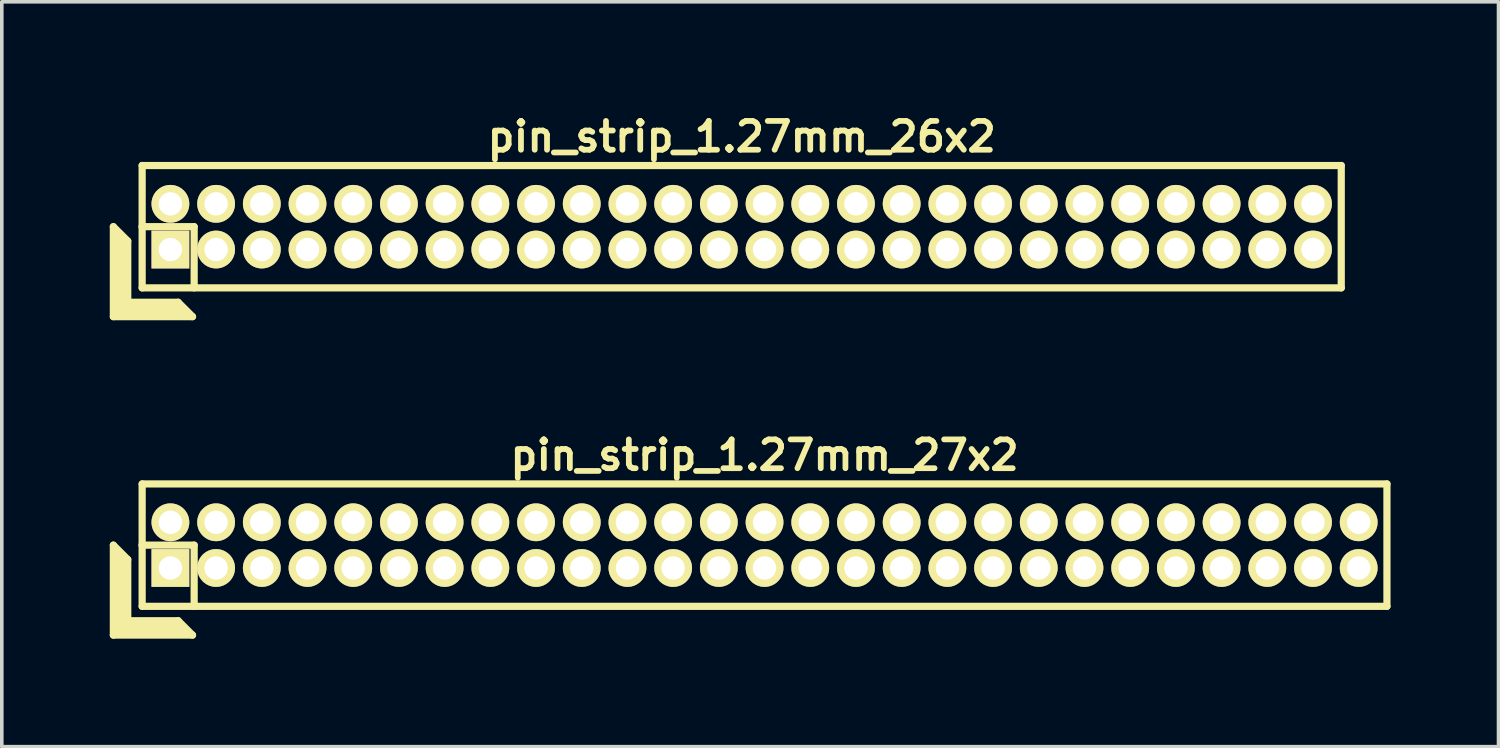
<source format=kicad_pcb>
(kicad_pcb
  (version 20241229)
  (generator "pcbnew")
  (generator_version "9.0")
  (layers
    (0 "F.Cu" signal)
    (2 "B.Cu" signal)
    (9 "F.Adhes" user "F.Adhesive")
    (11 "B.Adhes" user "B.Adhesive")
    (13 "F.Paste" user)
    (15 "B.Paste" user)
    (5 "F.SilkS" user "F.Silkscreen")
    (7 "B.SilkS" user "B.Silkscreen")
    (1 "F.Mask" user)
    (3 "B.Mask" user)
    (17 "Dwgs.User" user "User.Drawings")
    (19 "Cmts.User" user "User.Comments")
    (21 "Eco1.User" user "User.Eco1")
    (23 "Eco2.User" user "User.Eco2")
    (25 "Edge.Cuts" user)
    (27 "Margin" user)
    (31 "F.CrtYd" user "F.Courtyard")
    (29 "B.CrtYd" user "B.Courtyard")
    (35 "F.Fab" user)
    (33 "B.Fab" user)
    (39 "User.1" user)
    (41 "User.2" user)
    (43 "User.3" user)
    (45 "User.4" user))
  (footprint "pin_strip_1.27mm_26x2"
    (layer "F.Cu")
    (at 17.56 3.249)
    (property "Reference" "pin_strip_1.27mm_26x2" (at 0 -2.5 0) (layer "F.SilkS") (effects (font (size 0.8 0.8) (thickness 0.16))))
    (attr through_hole)
    (fp_line (start -17.46 0) (end -17.46 2.5) (stroke (width 0.2) (type solid)) (layer "F.SilkS"))
    (fp_line (start -17.46 0) (end -17.06 0.4) (stroke (width 0.2) (type solid)) (layer "F.SilkS"))
    (fp_line (start -17.46 2.5) (end -15.26 2.5) (stroke (width 0.2) (type solid)) (layer "F.SilkS"))
    (fp_line (start -17.36 2.4) (end -17.36 0.2) (stroke (width 0.2) (type solid)) (layer "F.SilkS"))
    (fp_line (start -17.36 2.4) (end -15.46 2.4) (stroke (width 0.2) (type solid)) (layer "F.SilkS"))
    (fp_line (start -17.26 2.3) (end -17.26 0.3) (stroke (width 0.2) (type solid)) (layer "F.SilkS"))
    (fp_line (start -17.26 2.3) (end -15.56 2.3) (stroke (width 0.2) (type solid)) (layer "F.SilkS"))
    (fp_line (start -17.16 2.2) (end -17.16 0.4) (stroke (width 0.2) (type solid)) (layer "F.SilkS"))
    (fp_line (start -17.16 2.2) (end -15.66 2.2) (stroke (width 0.2) (type solid)) (layer "F.SilkS"))
    (fp_line (start -17.06 2.1) (end -17.06 0.4) (stroke (width 0.2) (type solid)) (layer "F.SilkS"))
    (fp_line (start -17.06 2.1) (end -15.66 2.1) (stroke (width 0.2) (type solid)) (layer "F.SilkS"))
    (fp_line (start -16.665 0) (end -15.215 0) (stroke (width 0.2) (type solid)) (layer "F.SilkS"))
    (fp_line (start -16.66 -1.7) (end 16.66 -1.7) (stroke (width 0.2) (type solid)) (layer "F.SilkS"))
    (fp_line (start -16.66 1.7) (end -16.66 -1.7) (stroke (width 0.2) (type solid)) (layer "F.SilkS"))
    (fp_line (start -15.66 2.1) (end -15.26 2.5) (stroke (width 0.2) (type solid)) (layer "F.SilkS"))
    (fp_line (start -15.215 0) (end -15.215 1.7) (stroke (width 0.2) (type solid)) (layer "F.SilkS"))
    (fp_line (start 16.66 -1.7) (end 16.66 1.7) (stroke (width 0.2) (type solid)) (layer "F.SilkS"))
    (fp_line (start 16.66 1.7) (end -16.66 1.7) (stroke (width 0.2) (type solid)) (layer "F.SilkS"))
    (pad "1" thru_hole rect (at -15.875 0.635) (size 1.05 1.05) (drill 0.65) (layers "*.Cu" "*.Mask" "F.SilkS"))
    (pad "2" thru_hole oval (at -15.875 -0.635) (size 1.05 1.05) (drill 0.65) (layers "*.Cu" "*.Mask" "F.SilkS"))
    (pad "3" thru_hole oval (at -14.605 0.635) (size 1.05 1.05) (drill 0.65) (layers "*.Cu" "*.Mask" "F.SilkS"))
    (pad "4" thru_hole oval (at -14.605 -0.635) (size 1.05 1.05) (drill 0.65) (layers "*.Cu" "*.Mask" "F.SilkS"))
    (pad "5" thru_hole oval (at -13.335 0.635) (size 1.05 1.05) (drill 0.65) (layers "*.Cu" "*.Mask" "F.SilkS"))
    (pad "6" thru_hole oval (at -13.335 -0.635) (size 1.05 1.05) (drill 0.65) (layers "*.Cu" "*.Mask" "F.SilkS"))
    (pad "7" thru_hole oval (at -12.065 0.635) (size 1.05 1.05) (drill 0.65) (layers "*.Cu" "*.Mask" "F.SilkS"))
    (pad "8" thru_hole oval (at -12.065 -0.635) (size 1.05 1.05) (drill 0.65) (layers "*.Cu" "*.Mask" "F.SilkS"))
    (pad "9" thru_hole oval (at -10.795 0.635) (size 1.05 1.05) (drill 0.65) (layers "*.Cu" "*.Mask" "F.SilkS"))
    (pad "10" thru_hole oval (at -10.795 -0.635) (size 1.05 1.05) (drill 0.65) (layers "*.Cu" "*.Mask" "F.SilkS"))
    (pad "11" thru_hole oval (at -9.525 0.635) (size 1.05 1.05) (drill 0.65) (layers "*.Cu" "*.Mask" "F.SilkS"))
    (pad "12" thru_hole oval (at -9.525 -0.635) (size 1.05 1.05) (drill 0.65) (layers "*.Cu" "*.Mask" "F.SilkS"))
    (pad "13" thru_hole oval (at -8.255 0.635) (size 1.05 1.05) (drill 0.65) (layers "*.Cu" "*.Mask" "F.SilkS"))
    (pad "14" thru_hole oval (at -8.255 -0.635) (size 1.05 1.05) (drill 0.65) (layers "*.Cu" "*.Mask" "F.SilkS"))
    (pad "15" thru_hole oval (at -6.985 0.635) (size 1.05 1.05) (drill 0.65) (layers "*.Cu" "*.Mask" "F.SilkS"))
    (pad "16" thru_hole oval (at -6.985 -0.635) (size 1.05 1.05) (drill 0.65) (layers "*.Cu" "*.Mask" "F.SilkS"))
    (pad "17" thru_hole oval (at -5.715 0.635) (size 1.05 1.05) (drill 0.65) (layers "*.Cu" "*.Mask" "F.SilkS"))
    (pad "18" thru_hole oval (at -5.715 -0.635) (size 1.05 1.05) (drill 0.65) (layers "*.Cu" "*.Mask" "F.SilkS"))
    (pad "19" thru_hole oval (at -4.445 0.635) (size 1.05 1.05) (drill 0.65) (layers "*.Cu" "*.Mask" "F.SilkS"))
    (pad "20" thru_hole oval (at -4.445 -0.635) (size 1.05 1.05) (drill 0.65) (layers "*.Cu" "*.Mask" "F.SilkS"))
    (pad "21" thru_hole oval (at -3.175 0.635) (size 1.05 1.05) (drill 0.65) (layers "*.Cu" "*.Mask" "F.SilkS"))
    (pad "22" thru_hole oval (at -3.175 -0.635) (size 1.05 1.05) (drill 0.65) (layers "*.Cu" "*.Mask" "F.SilkS"))
    (pad "23" thru_hole oval (at -1.905 0.635) (size 1.05 1.05) (drill 0.65) (layers "*.Cu" "*.Mask" "F.SilkS"))
    (pad "24" thru_hole oval (at -1.905 -0.635) (size 1.05 1.05) (drill 0.65) (layers "*.Cu" "*.Mask" "F.SilkS"))
    (pad "25" thru_hole oval (at -0.635 0.635) (size 1.05 1.05) (drill 0.65) (layers "*.Cu" "*.Mask" "F.SilkS"))
    (pad "26" thru_hole oval (at -0.635 -0.635) (size 1.05 1.05) (drill 0.65) (layers "*.Cu" "*.Mask" "F.SilkS"))
    (pad "27" thru_hole oval (at 0.635 0.635) (size 1.05 1.05) (drill 0.65) (layers "*.Cu" "*.Mask" "F.SilkS"))
    (pad "28" thru_hole oval (at 0.635 -0.635) (size 1.05 1.05) (drill 0.65) (layers "*.Cu" "*.Mask" "F.SilkS"))
    (pad "29" thru_hole oval (at 1.905 0.635) (size 1.05 1.05) (drill 0.65) (layers "*.Cu" "*.Mask" "F.SilkS"))
    (pad "30" thru_hole oval (at 1.905 -0.635) (size 1.05 1.05) (drill 0.65) (layers "*.Cu" "*.Mask" "F.SilkS"))
    (pad "31" thru_hole oval (at 3.175 0.635) (size 1.05 1.05) (drill 0.65) (layers "*.Cu" "*.Mask" "F.SilkS"))
    (pad "32" thru_hole oval (at 3.175 -0.635) (size 1.05 1.05) (drill 0.65) (layers "*.Cu" "*.Mask" "F.SilkS"))
    (pad "33" thru_hole oval (at 4.445 0.635) (size 1.05 1.05) (drill 0.65) (layers "*.Cu" "*.Mask" "F.SilkS"))
    (pad "34" thru_hole oval (at 4.445 -0.635) (size 1.05 1.05) (drill 0.65) (layers "*.Cu" "*.Mask" "F.SilkS"))
    (pad "35" thru_hole oval (at 5.715 0.635) (size 1.05 1.05) (drill 0.65) (layers "*.Cu" "*.Mask" "F.SilkS"))
    (pad "36" thru_hole oval (at 5.715 -0.635) (size 1.05 1.05) (drill 0.65) (layers "*.Cu" "*.Mask" "F.SilkS"))
    (pad "37" thru_hole oval (at 6.985 0.635) (size 1.05 1.05) (drill 0.65) (layers "*.Cu" "*.Mask" "F.SilkS"))
    (pad "38" thru_hole oval (at 6.985 -0.635) (size 1.05 1.05) (drill 0.65) (layers "*.Cu" "*.Mask" "F.SilkS"))
    (pad "39" thru_hole oval (at 8.255 0.635) (size 1.05 1.05) (drill 0.65) (layers "*.Cu" "*.Mask" "F.SilkS"))
    (pad "40" thru_hole oval (at 8.255 -0.635) (size 1.05 1.05) (drill 0.65) (layers "*.Cu" "*.Mask" "F.SilkS"))
    (pad "41" thru_hole oval (at 9.525 0.635) (size 1.05 1.05) (drill 0.65) (layers "*.Cu" "*.Mask" "F.SilkS"))
    (pad "42" thru_hole oval (at 9.525 -0.635) (size 1.05 1.05) (drill 0.65) (layers "*.Cu" "*.Mask" "F.SilkS"))
    (pad "43" thru_hole oval (at 10.795 0.635) (size 1.05 1.05) (drill 0.65) (layers "*.Cu" "*.Mask" "F.SilkS"))
    (pad "44" thru_hole oval (at 10.795 -0.635) (size 1.05 1.05) (drill 0.65) (layers "*.Cu" "*.Mask" "F.SilkS"))
    (pad "45" thru_hole oval (at 12.065 0.635) (size 1.05 1.05) (drill 0.65) (layers "*.Cu" "*.Mask" "F.SilkS"))
    (pad "46" thru_hole oval (at 12.065 -0.635) (size 1.05 1.05) (drill 0.65) (layers "*.Cu" "*.Mask" "F.SilkS"))
    (pad "47" thru_hole oval (at 13.335 0.635) (size 1.05 1.05) (drill 0.65) (layers "*.Cu" "*.Mask" "F.SilkS"))
    (pad "48" thru_hole oval (at 13.335 -0.635) (size 1.05 1.05) (drill 0.65) (layers "*.Cu" "*.Mask" "F.SilkS"))
    (pad "49" thru_hole oval (at 14.605 0.635) (size 1.05 1.05) (drill 0.65) (layers "*.Cu" "*.Mask" "F.SilkS"))
    (pad "50" thru_hole oval (at 14.605 -0.635) (size 1.05 1.05) (drill 0.65) (layers "*.Cu" "*.Mask" "F.SilkS"))
    (pad "51" thru_hole circle (at 15.875 0.635) (size 1.05 1.05) (drill 0.65) (layers "*.Cu" "*.Mask" "F.SilkS"))
    (pad "52" thru_hole oval (at 15.875 -0.635) (size 1.05 1.05) (drill 0.65) (layers "*.Cu" "*.Mask" "F.SilkS")))
  (footprint "pin_strip_1.27mm_27x2"
    (layer "F.Cu")
    (at 18.195 12.098)
    (property "Reference" "pin_strip_1.27mm_27x2" (at 0 -2.5 0) (layer "F.SilkS") (effects (font (size 0.8 0.8) (thickness 0.16))))
    (attr through_hole)
    (fp_line (start -18.095 0) (end -18.095 2.5) (stroke (width 0.2) (type solid)) (layer "F.SilkS"))
    (fp_line (start -18.095 0) (end -17.695 0.4) (stroke (width 0.2) (type solid)) (layer "F.SilkS"))
    (fp_line (start -18.095 2.5) (end -15.895 2.5) (stroke (width 0.2) (type solid)) (layer "F.SilkS"))
    (fp_line (start -17.995 2.4) (end -17.995 0.2) (stroke (width 0.2) (type solid)) (layer "F.SilkS"))
    (fp_line (start -17.995 2.4) (end -16.095 2.4) (stroke (width 0.2) (type solid)) (layer "F.SilkS"))
    (fp_line (start -17.895 2.3) (end -17.895 0.3) (stroke (width 0.2) (type solid)) (layer "F.SilkS"))
    (fp_line (start -17.895 2.3) (end -16.195 2.3) (stroke (width 0.2) (type solid)) (layer "F.SilkS"))
    (fp_line (start -17.795 2.2) (end -17.795 0.4) (stroke (width 0.2) (type solid)) (layer "F.SilkS"))
    (fp_line (start -17.795 2.2) (end -16.295 2.2) (stroke (width 0.2) (type solid)) (layer "F.SilkS"))
    (fp_line (start -17.695 2.1) (end -17.695 0.4) (stroke (width 0.2) (type solid)) (layer "F.SilkS"))
    (fp_line (start -17.695 2.1) (end -16.295 2.1) (stroke (width 0.2) (type solid)) (layer "F.SilkS"))
    (fp_line (start -17.3 0) (end -15.85 0) (stroke (width 0.2) (type solid)) (layer "F.SilkS"))
    (fp_line (start -17.295 -1.7) (end 17.295 -1.7) (stroke (width 0.2) (type solid)) (layer "F.SilkS"))
    (fp_line (start -17.295 1.7) (end -17.295 -1.7) (stroke (width 0.2) (type solid)) (layer "F.SilkS"))
    (fp_line (start -16.295 2.1) (end -15.895 2.5) (stroke (width 0.2) (type solid)) (layer "F.SilkS"))
    (fp_line (start -15.85 0) (end -15.85 1.7) (stroke (width 0.2) (type solid)) (layer "F.SilkS"))
    (fp_line (start 17.295 -1.7) (end 17.295 1.7) (stroke (width 0.2) (type solid)) (layer "F.SilkS"))
    (fp_line (start 17.295 1.7) (end -17.295 1.7) (stroke (width 0.2) (type solid)) (layer "F.SilkS"))
    (pad "1" thru_hole rect (at -16.51 0.635) (size 1.05 1.05) (drill 0.65) (layers "*.Cu" "*.Mask" "F.SilkS"))
    (pad "2" thru_hole oval (at -16.51 -0.635) (size 1.05 1.05) (drill 0.65) (layers "*.Cu" "*.Mask" "F.SilkS"))
    (pad "3" thru_hole oval (at -15.24 0.635) (size 1.05 1.05) (drill 0.65) (layers "*.Cu" "*.Mask" "F.SilkS"))
    (pad "4" thru_hole oval (at -15.24 -0.635) (size 1.05 1.05) (drill 0.65) (layers "*.Cu" "*.Mask" "F.SilkS"))
    (pad "5" thru_hole oval (at -13.97 0.635) (size 1.05 1.05) (drill 0.65) (layers "*.Cu" "*.Mask" "F.SilkS"))
    (pad "6" thru_hole oval (at -13.97 -0.635) (size 1.05 1.05) (drill 0.65) (layers "*.Cu" "*.Mask" "F.SilkS"))
    (pad "7" thru_hole oval (at -12.7 0.635) (size 1.05 1.05) (drill 0.65) (layers "*.Cu" "*.Mask" "F.SilkS"))
    (pad "8" thru_hole oval (at -12.7 -0.635) (size 1.05 1.05) (drill 0.65) (layers "*.Cu" "*.Mask" "F.SilkS"))
    (pad "9" thru_hole oval (at -11.43 0.635) (size 1.05 1.05) (drill 0.65) (layers "*.Cu" "*.Mask" "F.SilkS"))
    (pad "10" thru_hole oval (at -11.43 -0.635) (size 1.05 1.05) (drill 0.65) (layers "*.Cu" "*.Mask" "F.SilkS"))
    (pad "11" thru_hole oval (at -10.16 0.635) (size 1.05 1.05) (drill 0.65) (layers "*.Cu" "*.Mask" "F.SilkS"))
    (pad "12" thru_hole oval (at -10.16 -0.635) (size 1.05 1.05) (drill 0.65) (layers "*.Cu" "*.Mask" "F.SilkS"))
    (pad "13" thru_hole oval (at -8.89 0.635) (size 1.05 1.05) (drill 0.65) (layers "*.Cu" "*.Mask" "F.SilkS"))
    (pad "14" thru_hole oval (at -8.89 -0.635) (size 1.05 1.05) (drill 0.65) (layers "*.Cu" "*.Mask" "F.SilkS"))
    (pad "15" thru_hole oval (at -7.62 0.635) (size 1.05 1.05) (drill 0.65) (layers "*.Cu" "*.Mask" "F.SilkS"))
    (pad "16" thru_hole oval (at -7.62 -0.635) (size 1.05 1.05) (drill 0.65) (layers "*.Cu" "*.Mask" "F.SilkS"))
    (pad "17" thru_hole oval (at -6.35 0.635) (size 1.05 1.05) (drill 0.65) (layers "*.Cu" "*.Mask" "F.SilkS"))
    (pad "18" thru_hole oval (at -6.35 -0.635) (size 1.05 1.05) (drill 0.65) (layers "*.Cu" "*.Mask" "F.SilkS"))
    (pad "19" thru_hole oval (at -5.08 0.635) (size 1.05 1.05) (drill 0.65) (layers "*.Cu" "*.Mask" "F.SilkS"))
    (pad "20" thru_hole oval (at -5.08 -0.635) (size 1.05 1.05) (drill 0.65) (layers "*.Cu" "*.Mask" "F.SilkS"))
    (pad "21" thru_hole oval (at -3.81 0.635) (size 1.05 1.05) (drill 0.65) (layers "*.Cu" "*.Mask" "F.SilkS"))
    (pad "22" thru_hole oval (at -3.81 -0.635) (size 1.05 1.05) (drill 0.65) (layers "*.Cu" "*.Mask" "F.SilkS"))
    (pad "23" thru_hole oval (at -2.54 0.635) (size 1.05 1.05) (drill 0.65) (layers "*.Cu" "*.Mask" "F.SilkS"))
    (pad "24" thru_hole oval (at -2.54 -0.635) (size 1.05 1.05) (drill 0.65) (layers "*.Cu" "*.Mask" "F.SilkS"))
    (pad "25" thru_hole oval (at -1.27 0.635) (size 1.05 1.05) (drill 0.65) (layers "*.Cu" "*.Mask" "F.SilkS"))
    (pad "26" thru_hole oval (at -1.27 -0.635) (size 1.05 1.05) (drill 0.65) (layers "*.Cu" "*.Mask" "F.SilkS"))
    (pad "27" thru_hole oval (at 0 0.635) (size 1.05 1.05) (drill 0.65) (layers "*.Cu" "*.Mask" "F.SilkS"))
    (pad "28" thru_hole oval (at 0 -0.635) (size 1.05 1.05) (drill 0.65) (layers "*.Cu" "*.Mask" "F.SilkS"))
    (pad "29" thru_hole oval (at 1.27 0.635) (size 1.05 1.05) (drill 0.65) (layers "*.Cu" "*.Mask" "F.SilkS"))
    (pad "30" thru_hole oval (at 1.27 -0.635) (size 1.05 1.05) (drill 0.65) (layers "*.Cu" "*.Mask" "F.SilkS"))
    (pad "31" thru_hole oval (at 2.54 0.635) (size 1.05 1.05) (drill 0.65) (layers "*.Cu" "*.Mask" "F.SilkS"))
    (pad "32" thru_hole oval (at 2.54 -0.635) (size 1.05 1.05) (drill 0.65) (layers "*.Cu" "*.Mask" "F.SilkS"))
    (pad "33" thru_hole oval (at 3.81 0.635) (size 1.05 1.05) (drill 0.65) (layers "*.Cu" "*.Mask" "F.SilkS"))
    (pad "34" thru_hole oval (at 3.81 -0.635) (size 1.05 1.05) (drill 0.65) (layers "*.Cu" "*.Mask" "F.SilkS"))
    (pad "35" thru_hole oval (at 5.08 0.635) (size 1.05 1.05) (drill 0.65) (layers "*.Cu" "*.Mask" "F.SilkS"))
    (pad "36" thru_hole oval (at 5.08 -0.635) (size 1.05 1.05) (drill 0.65) (layers "*.Cu" "*.Mask" "F.SilkS"))
    (pad "37" thru_hole oval (at 6.35 0.635) (size 1.05 1.05) (drill 0.65) (layers "*.Cu" "*.Mask" "F.SilkS"))
    (pad "38" thru_hole oval (at 6.35 -0.635) (size 1.05 1.05) (drill 0.65) (layers "*.Cu" "*.Mask" "F.SilkS"))
    (pad "39" thru_hole oval (at 7.62 0.635) (size 1.05 1.05) (drill 0.65) (layers "*.Cu" "*.Mask" "F.SilkS"))
    (pad "40" thru_hole oval (at 7.62 -0.635) (size 1.05 1.05) (drill 0.65) (layers "*.Cu" "*.Mask" "F.SilkS"))
    (pad "41" thru_hole oval (at 8.89 0.635) (size 1.05 1.05) (drill 0.65) (layers "*.Cu" "*.Mask" "F.SilkS"))
    (pad "42" thru_hole oval (at 8.89 -0.635) (size 1.05 1.05) (drill 0.65) (layers "*.Cu" "*.Mask" "F.SilkS"))
    (pad "43" thru_hole oval (at 10.16 0.635) (size 1.05 1.05) (drill 0.65) (layers "*.Cu" "*.Mask" "F.SilkS"))
    (pad "44" thru_hole oval (at 10.16 -0.635) (size 1.05 1.05) (drill 0.65) (layers "*.Cu" "*.Mask" "F.SilkS"))
    (pad "45" thru_hole oval (at 11.43 0.635) (size 1.05 1.05) (drill 0.65) (layers "*.Cu" "*.Mask" "F.SilkS"))
    (pad "46" thru_hole oval (at 11.43 -0.635) (size 1.05 1.05) (drill 0.65) (layers "*.Cu" "*.Mask" "F.SilkS"))
    (pad "47" thru_hole oval (at 12.7 0.635) (size 1.05 1.05) (drill 0.65) (layers "*.Cu" "*.Mask" "F.SilkS"))
    (pad "48" thru_hole oval (at 12.7 -0.635) (size 1.05 1.05) (drill 0.65) (layers "*.Cu" "*.Mask" "F.SilkS"))
    (pad "49" thru_hole oval (at 13.97 0.635) (size 1.05 1.05) (drill 0.65) (layers "*.Cu" "*.Mask" "F.SilkS"))
    (pad "50" thru_hole oval (at 13.97 -0.635) (size 1.05 1.05) (drill 0.65) (layers "*.Cu" "*.Mask" "F.SilkS"))
    (pad "51" thru_hole circle (at 15.24 0.635) (size 1.05 1.05) (drill 0.65) (layers "*.Cu" "*.Mask" "F.SilkS"))
    (pad "52" thru_hole oval (at 15.24 -0.635) (size 1.05 1.05) (drill 0.65) (layers "*.Cu" "*.Mask" "F.SilkS"))
    (pad "53" thru_hole oval (at 16.51 0.635) (size 1.05 1.05) (drill 0.65) (layers "*.Cu" "*.Mask" "F.SilkS"))
    (pad "54" thru_hole oval (at 16.51 -0.635) (size 1.05 1.05) (drill 0.65) (layers "*.Cu" "*.Mask" "F.SilkS")))
  (gr_rect
    (start -3 -3)
    (end 38.59 17.698)
    (stroke (width 0.1) (type default))
    (fill no)
    (layer "Edge.Cuts")))
</source>
